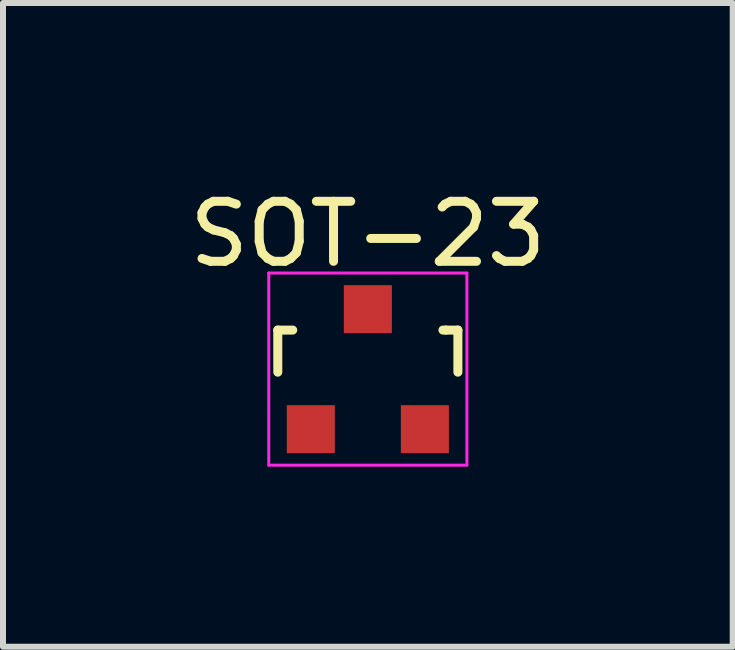
<source format=kicad_pcb>
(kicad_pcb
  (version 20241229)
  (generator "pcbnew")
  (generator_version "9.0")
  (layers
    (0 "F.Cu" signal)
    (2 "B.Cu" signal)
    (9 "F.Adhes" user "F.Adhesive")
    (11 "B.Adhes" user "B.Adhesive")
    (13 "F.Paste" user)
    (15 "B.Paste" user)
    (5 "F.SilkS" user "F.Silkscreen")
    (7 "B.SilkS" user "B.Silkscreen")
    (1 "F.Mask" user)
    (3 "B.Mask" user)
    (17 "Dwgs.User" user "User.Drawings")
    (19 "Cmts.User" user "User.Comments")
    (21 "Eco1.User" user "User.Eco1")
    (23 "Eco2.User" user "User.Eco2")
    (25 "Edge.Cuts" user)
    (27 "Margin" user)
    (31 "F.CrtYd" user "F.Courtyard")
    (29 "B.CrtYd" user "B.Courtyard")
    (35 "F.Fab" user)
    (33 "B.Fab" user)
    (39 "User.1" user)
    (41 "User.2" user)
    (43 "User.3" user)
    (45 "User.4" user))
  (footprint "SOT-23"
    (layer "F.Cu")
    (at 3.077 3.098)
    (property "Reference" "SOT-23" (at 0 -2.25 0) (layer "F.SilkS") (effects (font (size 1 1) (thickness 0.15))))
    (attr smd)
    (fp_line (start -1.5 -0.65) (end -1.251 -0.65) (stroke (width 0.15) (type solid)) (layer "F.SilkS"))
    (fp_line (start -1.5 0.051) (end -1.5 -0.65) (stroke (width 0.15) (type solid)) (layer "F.SilkS"))
    (fp_line (start 1.299 -0.65) (end 1.251 -0.65) (stroke (width 0.15) (type solid)) (layer "F.SilkS"))
    (fp_line (start 1.299 -0.65) (end 1.5 -0.65) (stroke (width 0.15) (type solid)) (layer "F.SilkS"))
    (fp_line (start 1.5 -0.65) (end 1.5 0.051) (stroke (width 0.15) (type solid)) (layer "F.SilkS"))
    (fp_line (start -1.65 -1.6) (end 1.65 -1.6) (stroke (width 0.05) (type solid)) (layer "F.CrtYd"))
    (fp_line (start -1.65 1.6) (end -1.65 -1.6) (stroke (width 0.05) (type solid)) (layer "F.CrtYd"))
    (fp_line (start 1.65 -1.6) (end 1.65 1.6) (stroke (width 0.05) (type solid)) (layer "F.CrtYd"))
    (fp_line (start 1.65 1.6) (end -1.65 1.6) (stroke (width 0.05) (type solid)) (layer "F.CrtYd"))
    (pad "1" smd rect (at 0 -0.998) (size 0.8 0.8) (layers "F.Cu" "F.Mask" "F.Paste"))
    (pad "2" smd rect (at -0.95 1.001) (size 0.8 0.8) (layers "F.Cu" "F.Mask" "F.Paste"))
    (pad "3" smd rect (at 0.95 1.001) (size 0.8 0.8) (layers "F.Cu" "F.Mask" "F.Paste")))
  (gr_rect
    (start -3 -3)
    (end 9.155 7.723)
    (stroke (width 0.1) (type default))
    (fill no)
    (layer "Edge.Cuts")))
</source>
